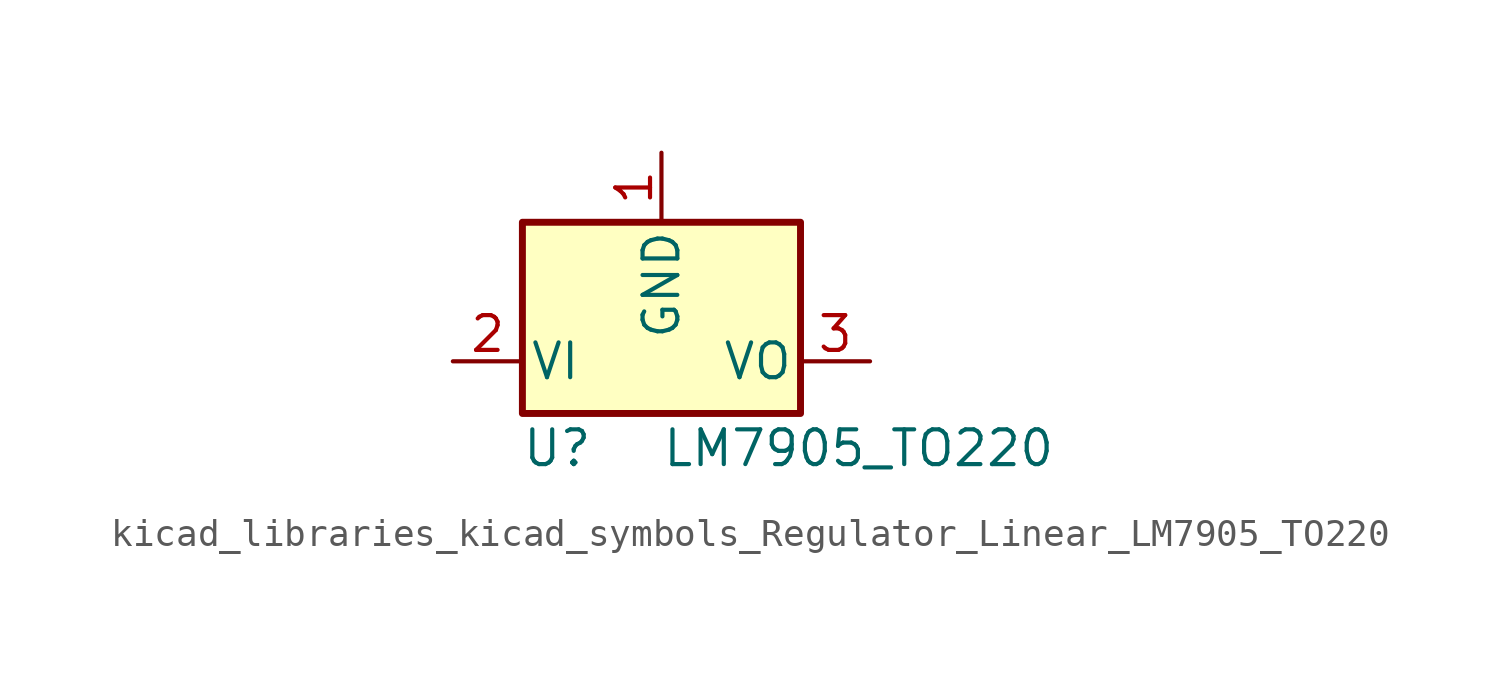
<source format=kicad_sym>
(kicad_symbol_lib
  (version 20220914)
  (generator kicad_symbol_editor)
  (symbol "kicad_libraries_kicad_symbols_Regulator_Linear_LM7905_TO220"
    (pin_names
      (offset 0.254))
    (property "Reference" "U"
      (at -3.81 -3.175 0)
      (effects (font (size 1.27 1.27))))
    (property "Value" "LM7905_TO220"
      (at 0 -3.175 0)
      (effects (font (size 1.27 1.27)) (justify left)))
    (symbol "kicad_libraries_kicad_symbols_Regulator_Linear_LM7905_TO220_0_1"
      (rectangle (start -5.08 5.08) (end 5.08 -1.905) (stroke (width 0.254) (type default)) (fill (type background))))
    (symbol "kicad_libraries_kicad_symbols_Regulator_Linear_LM7905_TO220_1_1"
      (pin power_in line (at 0 7.62 270) (length 2.54) (name "GND" (effects (font (size 1.27 1.27)))) (number "1" (effects (font (size 1.27 1.27)))))
      (pin power_in line (at -7.62 0 0) (length 2.54) (name "VI" (effects (font (size 1.27 1.27)))) (number "2" (effects (font (size 1.27 1.27)))))
      (pin power_out line (at 7.62 0 180) (length 2.54) (name "VO" (effects (font (size 1.27 1.27)))) (number "3" (effects (font (size 1.27 1.27))))))))
</source>
